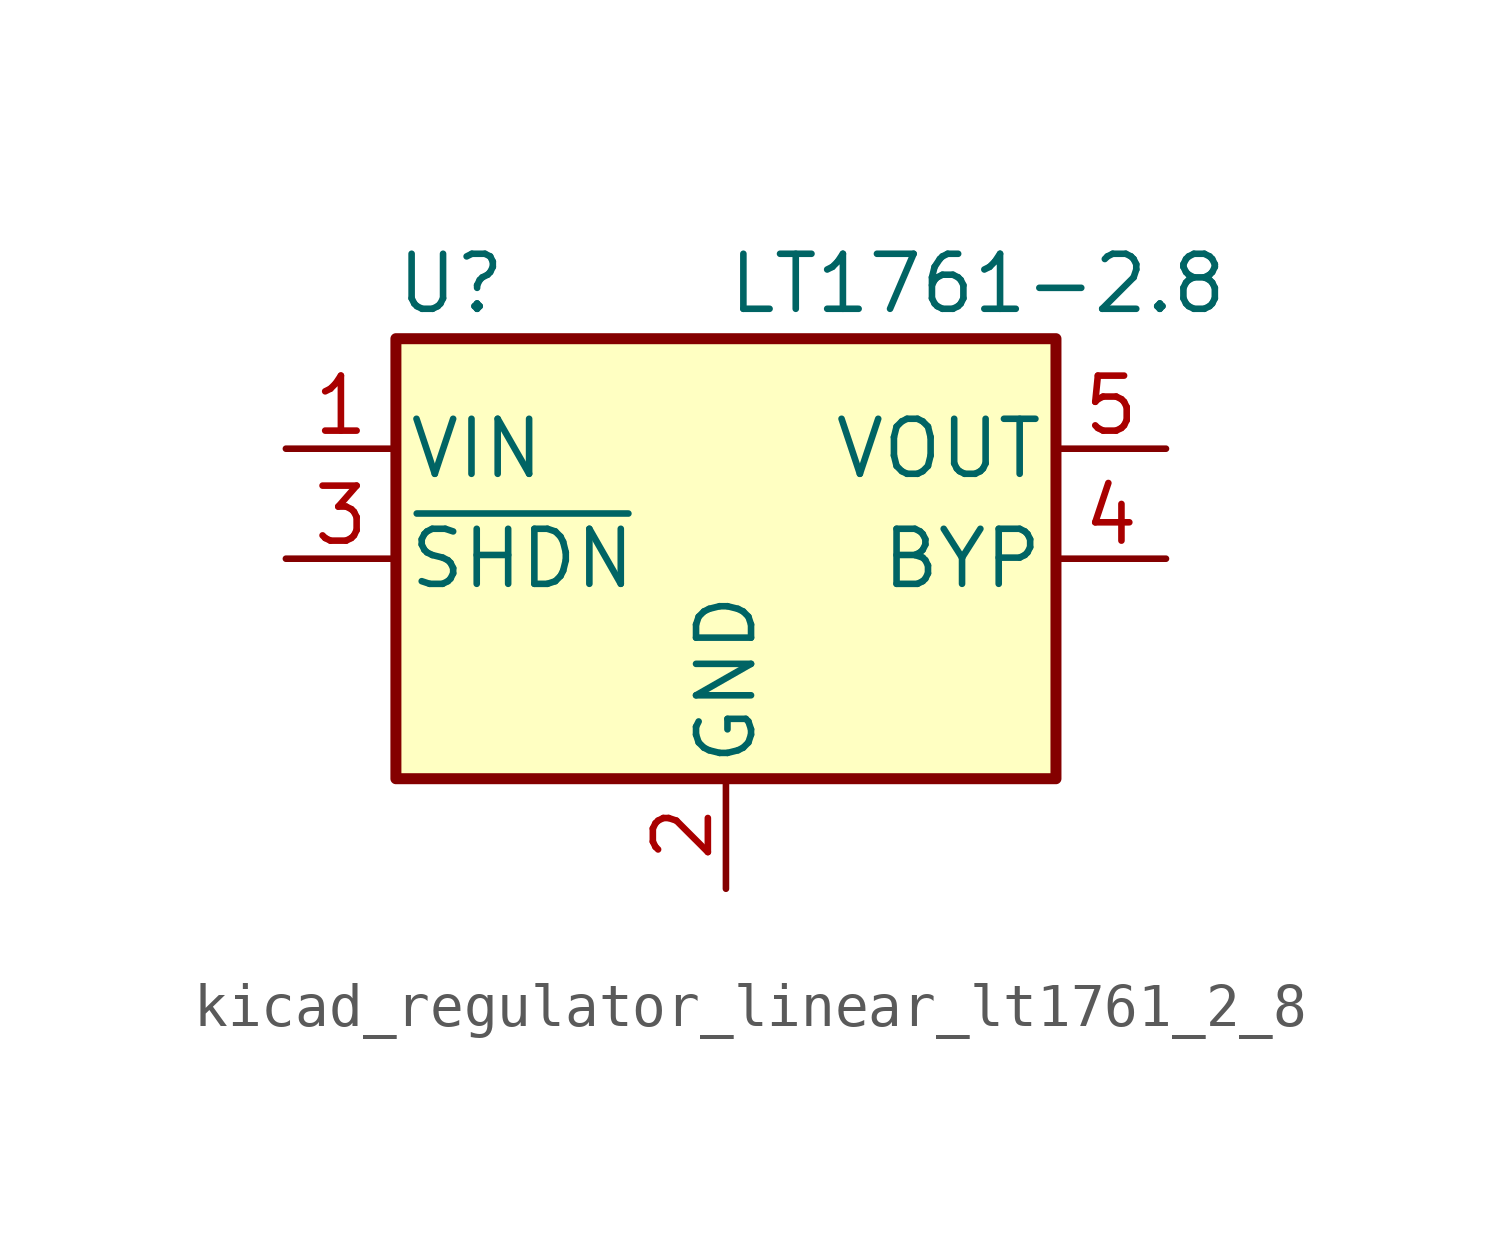
<source format=kicad_sym>
(kicad_symbol_lib
  (version 20220914)
  (generator kicad_symbol_editor)
  (symbol "kicad_regulator_linear_lt1761_2_8"
    (pin_names
      (offset 0.254))
    (property "Reference" "U"
      (at -6.35 6.35 0)
      (effects (font (size 1.27 1.27))))
    (property "Value" "LT1761-2.8"
      (at 0 6.35 0)
      (effects (font (size 1.27 1.27)) (justify left)))
    (symbol "kicad_regulator_linear_lt1761_2_8_0_1"
      (rectangle (start -7.62 5.08) (end 7.62 -5.08) (stroke (width 0.254) (type default)) (fill (type background))))
    (symbol "kicad_regulator_linear_lt1761_2_8_1_1"
      (pin power_in line (at -10.16 2.54 0) (length 2.54) (name "VIN" (effects (font (size 1.27 1.27)))) (number "1" (effects (font (size 1.27 1.27)))))
      (pin power_in line (at 0 -7.62 90) (length 2.54) (name "GND" (effects (font (size 1.27 1.27)))) (number "2" (effects (font (size 1.27 1.27)))))
      (pin input line (at -10.16 0 0) (length 2.54) (name "~{SHDN}" (effects (font (size 1.27 1.27)))) (number "3" (effects (font (size 1.27 1.27)))))
      (pin passive line (at 10.16 0 180) (length 2.54) (name "BYP" (effects (font (size 1.27 1.27)))) (number "4" (effects (font (size 1.27 1.27)))))
      (pin power_out line (at 10.16 2.54 180) (length 2.54) (name "VOUT" (effects (font (size 1.27 1.27)))) (number "5" (effects (font (size 1.27 1.27))))))))
</source>
